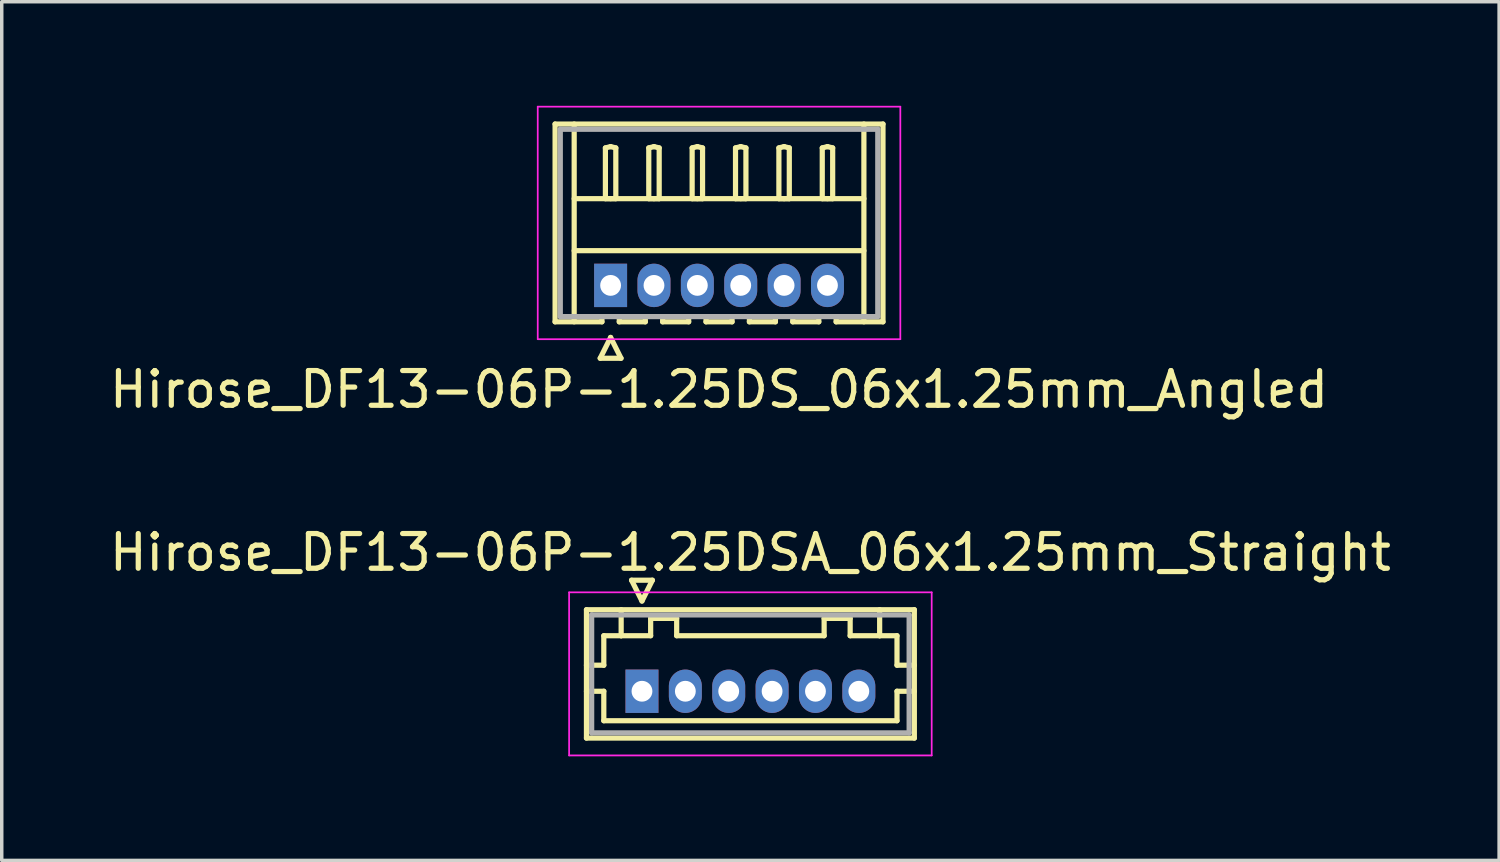
<source format=kicad_pcb>
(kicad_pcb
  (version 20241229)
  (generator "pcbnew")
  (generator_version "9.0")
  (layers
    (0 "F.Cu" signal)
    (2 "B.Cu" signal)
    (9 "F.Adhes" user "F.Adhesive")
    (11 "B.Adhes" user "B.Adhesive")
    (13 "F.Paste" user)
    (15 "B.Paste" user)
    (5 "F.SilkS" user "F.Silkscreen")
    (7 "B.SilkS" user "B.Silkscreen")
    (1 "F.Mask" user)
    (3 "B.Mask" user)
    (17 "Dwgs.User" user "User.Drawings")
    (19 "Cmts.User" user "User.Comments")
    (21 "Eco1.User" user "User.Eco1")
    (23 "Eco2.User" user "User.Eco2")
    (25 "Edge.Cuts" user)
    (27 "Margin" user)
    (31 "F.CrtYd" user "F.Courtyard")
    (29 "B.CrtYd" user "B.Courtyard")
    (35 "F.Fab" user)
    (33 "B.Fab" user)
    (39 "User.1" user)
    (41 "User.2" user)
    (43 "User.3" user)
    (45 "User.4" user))
  (footprint "Hirose_DF13-06P-1.25DS_06x1.25mm_Angled"
    (layer "F.Cu")
    (at 14.548 5.175)
    (property "Reference" "Hirose_DF13-06P-1.25DS_06x1.25mm_Angled" (at 3.125 3 0) (layer "F.SilkS") (effects (font (size 1 1) (thickness 0.15))))
    (attr through_hole)
    (fp_line (start -1.6 -4.65) (end 7.85 -4.65) (stroke (width 0.15) (type solid)) (layer "F.SilkS"))
    (fp_line (start -1.6 1.05) (end -1.6 -4.65) (stroke (width 0.15) (type solid)) (layer "F.SilkS"))
    (fp_line (start -1.05 -4.65) (end -1.05 1.05) (stroke (width 0.15) (type solid)) (layer "F.SilkS"))
    (fp_line (start -1.05 -2.5) (end 7.3 -2.5) (stroke (width 0.15) (type solid)) (layer "F.SilkS"))
    (fp_line (start -1.05 -1) (end 7.3 -1) (stroke (width 0.15) (type solid)) (layer "F.SilkS"))
    (fp_line (start -0.3 2.1) (end 0.3 2.1) (stroke (width 0.15) (type solid)) (layer "F.SilkS"))
    (fp_line (start -0.25 0.9) (end -0.25 1.05) (stroke (width 0.15) (type solid)) (layer "F.SilkS"))
    (fp_line (start -0.25 1.05) (end -1.6 1.05) (stroke (width 0.15) (type solid)) (layer "F.SilkS"))
    (fp_line (start -0.15 -3.962) (end 0 -4) (stroke (width 0.15) (type solid)) (layer "F.SilkS"))
    (fp_line (start -0.15 -2.5) (end -0.15 -3.962) (stroke (width 0.15) (type solid)) (layer "F.SilkS"))
    (fp_line (start 0 -4) (end 0.15 -3.962) (stroke (width 0.15) (type solid)) (layer "F.SilkS"))
    (fp_line (start 0 -2.5) (end -0.15 -2.5) (stroke (width 0.15) (type solid)) (layer "F.SilkS"))
    (fp_line (start 0 1.5) (end -0.3 2.1) (stroke (width 0.15) (type solid)) (layer "F.SilkS"))
    (fp_line (start 0.15 -3.962) (end 0.15 -2.5) (stroke (width 0.15) (type solid)) (layer "F.SilkS"))
    (fp_line (start 0.15 -2.5) (end 0 -2.5) (stroke (width 0.15) (type solid)) (layer "F.SilkS"))
    (fp_line (start 0.25 0.9) (end 0.25 1.05) (stroke (width 0.15) (type solid)) (layer "F.SilkS"))
    (fp_line (start 0.25 1.05) (end 1 1.05) (stroke (width 0.15) (type solid)) (layer "F.SilkS"))
    (fp_line (start 0.3 2.1) (end 0 1.5) (stroke (width 0.15) (type solid)) (layer "F.SilkS"))
    (fp_line (start 1 1.05) (end 1 0.9) (stroke (width 0.15) (type solid)) (layer "F.SilkS"))
    (fp_line (start 1.1 -3.962) (end 1.25 -4) (stroke (width 0.15) (type solid)) (layer "F.SilkS"))
    (fp_line (start 1.1 -2.5) (end 1.1 -3.962) (stroke (width 0.15) (type solid)) (layer "F.SilkS"))
    (fp_line (start 1.25 -4) (end 1.4 -3.962) (stroke (width 0.15) (type solid)) (layer "F.SilkS"))
    (fp_line (start 1.25 -2.5) (end 1.1 -2.5) (stroke (width 0.15) (type solid)) (layer "F.SilkS"))
    (fp_line (start 1.4 -3.962) (end 1.4 -2.5) (stroke (width 0.15) (type solid)) (layer "F.SilkS"))
    (fp_line (start 1.4 -2.5) (end 1.25 -2.5) (stroke (width 0.15) (type solid)) (layer "F.SilkS"))
    (fp_line (start 1.5 0.9) (end 1.5 1.05) (stroke (width 0.15) (type solid)) (layer "F.SilkS"))
    (fp_line (start 1.5 1.05) (end 2.25 1.05) (stroke (width 0.15) (type solid)) (layer "F.SilkS"))
    (fp_line (start 2.25 1.05) (end 2.25 0.9) (stroke (width 0.15) (type solid)) (layer "F.SilkS"))
    (fp_line (start 2.35 -3.962) (end 2.5 -4) (stroke (width 0.15) (type solid)) (layer "F.SilkS"))
    (fp_line (start 2.35 -2.5) (end 2.35 -3.962) (stroke (width 0.15) (type solid)) (layer "F.SilkS"))
    (fp_line (start 2.5 -4) (end 2.65 -3.962) (stroke (width 0.15) (type solid)) (layer "F.SilkS"))
    (fp_line (start 2.5 -2.5) (end 2.35 -2.5) (stroke (width 0.15) (type solid)) (layer "F.SilkS"))
    (fp_line (start 2.65 -3.962) (end 2.65 -2.5) (stroke (width 0.15) (type solid)) (layer "F.SilkS"))
    (fp_line (start 2.65 -2.5) (end 2.5 -2.5) (stroke (width 0.15) (type solid)) (layer "F.SilkS"))
    (fp_line (start 2.75 0.9) (end 2.75 1.05) (stroke (width 0.15) (type solid)) (layer "F.SilkS"))
    (fp_line (start 2.75 1.05) (end 3.5 1.05) (stroke (width 0.15) (type solid)) (layer "F.SilkS"))
    (fp_line (start 3.5 1.05) (end 3.5 0.9) (stroke (width 0.15) (type solid)) (layer "F.SilkS"))
    (fp_line (start 3.6 -3.962) (end 3.75 -4) (stroke (width 0.15) (type solid)) (layer "F.SilkS"))
    (fp_line (start 3.6 -2.5) (end 3.6 -3.962) (stroke (width 0.15) (type solid)) (layer "F.SilkS"))
    (fp_line (start 3.75 -4) (end 3.9 -3.962) (stroke (width 0.15) (type solid)) (layer "F.SilkS"))
    (fp_line (start 3.75 -2.5) (end 3.6 -2.5) (stroke (width 0.15) (type solid)) (layer "F.SilkS"))
    (fp_line (start 3.9 -3.962) (end 3.9 -2.5) (stroke (width 0.15) (type solid)) (layer "F.SilkS"))
    (fp_line (start 3.9 -2.5) (end 3.75 -2.5) (stroke (width 0.15) (type solid)) (layer "F.SilkS"))
    (fp_line (start 4 0.9) (end 4 1.05) (stroke (width 0.15) (type solid)) (layer "F.SilkS"))
    (fp_line (start 4 1.05) (end 4.75 1.05) (stroke (width 0.15) (type solid)) (layer "F.SilkS"))
    (fp_line (start 4.75 1.05) (end 4.75 0.9) (stroke (width 0.15) (type solid)) (layer "F.SilkS"))
    (fp_line (start 4.85 -3.962) (end 5 -4) (stroke (width 0.15) (type solid)) (layer "F.SilkS"))
    (fp_line (start 4.85 -2.5) (end 4.85 -3.962) (stroke (width 0.15) (type solid)) (layer "F.SilkS"))
    (fp_line (start 5 -4) (end 5.15 -3.962) (stroke (width 0.15) (type solid)) (layer "F.SilkS"))
    (fp_line (start 5 -2.5) (end 4.85 -2.5) (stroke (width 0.15) (type solid)) (layer "F.SilkS"))
    (fp_line (start 5.15 -3.962) (end 5.15 -2.5) (stroke (width 0.15) (type solid)) (layer "F.SilkS"))
    (fp_line (start 5.15 -2.5) (end 5 -2.5) (stroke (width 0.15) (type solid)) (layer "F.SilkS"))
    (fp_line (start 5.25 0.9) (end 5.25 1.05) (stroke (width 0.15) (type solid)) (layer "F.SilkS"))
    (fp_line (start 5.25 1.05) (end 6 1.05) (stroke (width 0.15) (type solid)) (layer "F.SilkS"))
    (fp_line (start 6 1.05) (end 6 0.9) (stroke (width 0.15) (type solid)) (layer "F.SilkS"))
    (fp_line (start 6.1 -3.962) (end 6.25 -4) (stroke (width 0.15) (type solid)) (layer "F.SilkS"))
    (fp_line (start 6.1 -2.5) (end 6.1 -3.962) (stroke (width 0.15) (type solid)) (layer "F.SilkS"))
    (fp_line (start 6.25 -4) (end 6.4 -3.962) (stroke (width 0.15) (type solid)) (layer "F.SilkS"))
    (fp_line (start 6.25 -2.5) (end 6.1 -2.5) (stroke (width 0.15) (type solid)) (layer "F.SilkS"))
    (fp_line (start 6.4 -3.962) (end 6.4 -2.5) (stroke (width 0.15) (type solid)) (layer "F.SilkS"))
    (fp_line (start 6.4 -2.5) (end 6.25 -2.5) (stroke (width 0.15) (type solid)) (layer "F.SilkS"))
    (fp_line (start 6.5 1.05) (end 6.5 0.9) (stroke (width 0.15) (type solid)) (layer "F.SilkS"))
    (fp_line (start 7.3 -4.65) (end 7.3 1.05) (stroke (width 0.15) (type solid)) (layer "F.SilkS"))
    (fp_line (start 7.85 -4.65) (end 7.85 1.05) (stroke (width 0.15) (type solid)) (layer "F.SilkS"))
    (fp_line (start 7.85 1.05) (end 6.5 1.05) (stroke (width 0.15) (type solid)) (layer "F.SilkS"))
    (fp_line (start -2.1 -5.15) (end -2.1 1.55) (stroke (width 0.05) (type solid)) (layer "F.CrtYd"))
    (fp_line (start -2.1 1.55) (end 8.35 1.55) (stroke (width 0.05) (type solid)) (layer "F.CrtYd"))
    (fp_line (start 8.35 -5.15) (end -2.1 -5.15) (stroke (width 0.05) (type solid)) (layer "F.CrtYd"))
    (fp_line (start 8.35 1.55) (end 8.35 -5.15) (stroke (width 0.05) (type solid)) (layer "F.CrtYd"))
    (fp_line (start -1.45 -4.5) (end -1.45 0.9) (stroke (width 0.15) (type solid)) (layer "F.Fab"))
    (fp_line (start -1.45 0.9) (end 7.7 0.9) (stroke (width 0.15) (type solid)) (layer "F.Fab"))
    (fp_line (start 7.7 -4.5) (end -1.45 -4.5) (stroke (width 0.15) (type solid)) (layer "F.Fab"))
    (fp_line (start 7.7 0.9) (end 7.7 -4.5) (stroke (width 0.15) (type solid)) (layer "F.Fab"))
    (pad "1" thru_hole rect (at 0 0) (size 0.95 1.25) (drill 0.6) (layers "*.Cu" "*.Mask"))
    (pad "2" thru_hole oval (at 1.25 0) (size 0.95 1.25) (drill 0.6) (layers "*.Cu" "*.Mask"))
    (pad "3" thru_hole oval (at 2.5 0) (size 0.95 1.25) (drill 0.6) (layers "*.Cu" "*.Mask"))
    (pad "4" thru_hole oval (at 3.75 0) (size 0.95 1.25) (drill 0.6) (layers "*.Cu" "*.Mask"))
    (pad "5" thru_hole oval (at 5 0) (size 0.95 1.25) (drill 0.6) (layers "*.Cu" "*.Mask"))
    (pad "6" thru_hole oval (at 6.25 0) (size 0.95 1.25) (drill 0.6) (layers "*.Cu" "*.Mask")))
  (footprint "Hirose_DF13-06P-1.25DSA_06x1.25mm_Straight"
    (layer "F.Cu")
    (at 15.452 16.872)
    (property "Reference" "Hirose_DF13-06P-1.25DSA_06x1.25mm_Straight" (at 3.125 -4 0) (layer "F.SilkS") (effects (font (size 1 1) (thickness 0.15))))
    (attr through_hole)
    (fp_line (start -1.6 -2.35) (end -1.6 1.35) (stroke (width 0.15) (type solid)) (layer "F.SilkS"))
    (fp_line (start -1.6 -0.75) (end -1.1 -0.75) (stroke (width 0.15) (type solid)) (layer "F.SilkS"))
    (fp_line (start -1.6 0) (end -1.1 0) (stroke (width 0.15) (type solid)) (layer "F.SilkS"))
    (fp_line (start -1.6 1.35) (end 7.85 1.35) (stroke (width 0.15) (type solid)) (layer "F.SilkS"))
    (fp_line (start -1.1 -1.6) (end -0.6 -1.6) (stroke (width 0.15) (type solid)) (layer "F.SilkS"))
    (fp_line (start -1.1 -0.75) (end -1.1 -1.6) (stroke (width 0.15) (type solid)) (layer "F.SilkS"))
    (fp_line (start -1.1 0) (end -1.1 0.85) (stroke (width 0.15) (type solid)) (layer "F.SilkS"))
    (fp_line (start -1.1 0.85) (end 7.35 0.85) (stroke (width 0.15) (type solid)) (layer "F.SilkS"))
    (fp_line (start -0.6 -1.6) (end -0.6 -2.35) (stroke (width 0.15) (type solid)) (layer "F.SilkS"))
    (fp_line (start -0.6 -1.6) (end 0.25 -1.6) (stroke (width 0.15) (type solid)) (layer "F.SilkS"))
    (fp_line (start -0.3 -3.2) (end 0.3 -3.2) (stroke (width 0.15) (type solid)) (layer "F.SilkS"))
    (fp_line (start 0 -2.6) (end -0.3 -3.2) (stroke (width 0.15) (type solid)) (layer "F.SilkS"))
    (fp_line (start 0.25 -2.1) (end 1 -2.1) (stroke (width 0.15) (type solid)) (layer "F.SilkS"))
    (fp_line (start 0.25 -1.6) (end 0.25 -2.1) (stroke (width 0.15) (type solid)) (layer "F.SilkS"))
    (fp_line (start 0.3 -3.2) (end 0 -2.6) (stroke (width 0.15) (type solid)) (layer "F.SilkS"))
    (fp_line (start 1 -2.1) (end 1 -1.6) (stroke (width 0.15) (type solid)) (layer "F.SilkS"))
    (fp_line (start 1 -1.6) (end 5.25 -1.6) (stroke (width 0.15) (type solid)) (layer "F.SilkS"))
    (fp_line (start 5.25 -2.1) (end 6 -2.1) (stroke (width 0.15) (type solid)) (layer "F.SilkS"))
    (fp_line (start 5.25 -1.6) (end 5.25 -2.1) (stroke (width 0.15) (type solid)) (layer "F.SilkS"))
    (fp_line (start 6 -2.1) (end 6 -1.6) (stroke (width 0.15) (type solid)) (layer "F.SilkS"))
    (fp_line (start 6 -1.6) (end 6.85 -1.6) (stroke (width 0.15) (type solid)) (layer "F.SilkS"))
    (fp_line (start 6.85 -1.6) (end 6.85 -2.35) (stroke (width 0.15) (type solid)) (layer "F.SilkS"))
    (fp_line (start 7.35 -1.6) (end 6.85 -1.6) (stroke (width 0.15) (type solid)) (layer "F.SilkS"))
    (fp_line (start 7.35 -0.75) (end 7.35 -1.6) (stroke (width 0.15) (type solid)) (layer "F.SilkS"))
    (fp_line (start 7.35 0) (end 7.85 0) (stroke (width 0.15) (type solid)) (layer "F.SilkS"))
    (fp_line (start 7.35 0.85) (end 7.35 0) (stroke (width 0.15) (type solid)) (layer "F.SilkS"))
    (fp_line (start 7.85 -2.35) (end -1.6 -2.35) (stroke (width 0.15) (type solid)) (layer "F.SilkS"))
    (fp_line (start 7.85 -0.75) (end 7.35 -0.75) (stroke (width 0.15) (type solid)) (layer "F.SilkS"))
    (fp_line (start 7.85 1.35) (end 7.85 -2.35) (stroke (width 0.15) (type solid)) (layer "F.SilkS"))
    (fp_line (start -2.1 -2.85) (end -2.1 1.85) (stroke (width 0.05) (type solid)) (layer "F.CrtYd"))
    (fp_line (start -2.1 1.85) (end 8.35 1.85) (stroke (width 0.05) (type solid)) (layer "F.CrtYd"))
    (fp_line (start 8.35 -2.85) (end -2.1 -2.85) (stroke (width 0.05) (type solid)) (layer "F.CrtYd"))
    (fp_line (start 8.35 1.85) (end 8.35 -2.85) (stroke (width 0.05) (type solid)) (layer "F.CrtYd"))
    (fp_line (start -1.45 -2.2) (end -1.45 1.2) (stroke (width 0.15) (type solid)) (layer "F.Fab"))
    (fp_line (start -1.45 1.2) (end 7.7 1.2) (stroke (width 0.15) (type solid)) (layer "F.Fab"))
    (fp_line (start 7.7 -2.2) (end -1.45 -2.2) (stroke (width 0.15) (type solid)) (layer "F.Fab"))
    (fp_line (start 7.7 1.2) (end 7.7 -2.2) (stroke (width 0.15) (type solid)) (layer "F.Fab"))
    (pad "1" thru_hole rect (at 0 0) (size 0.95 1.25) (drill 0.6) (layers "*.Cu" "*.Mask"))
    (pad "2" thru_hole oval (at 1.25 0) (size 0.95 1.25) (drill 0.6) (layers "*.Cu" "*.Mask"))
    (pad "3" thru_hole oval (at 2.5 0) (size 0.95 1.25) (drill 0.6) (layers "*.Cu" "*.Mask"))
    (pad "4" thru_hole oval (at 3.75 0) (size 0.95 1.25) (drill 0.6) (layers "*.Cu" "*.Mask"))
    (pad "5" thru_hole oval (at 5 0) (size 0.95 1.25) (drill 0.6) (layers "*.Cu" "*.Mask"))
    (pad "6" thru_hole oval (at 6.25 0) (size 0.95 1.25) (drill 0.6) (layers "*.Cu" "*.Mask")))
  (gr_rect
    (start -3 -3)
    (end 40.155 21.747)
    (stroke (width 0.1) (type default))
    (fill no)
    (layer "Edge.Cuts")))
</source>
